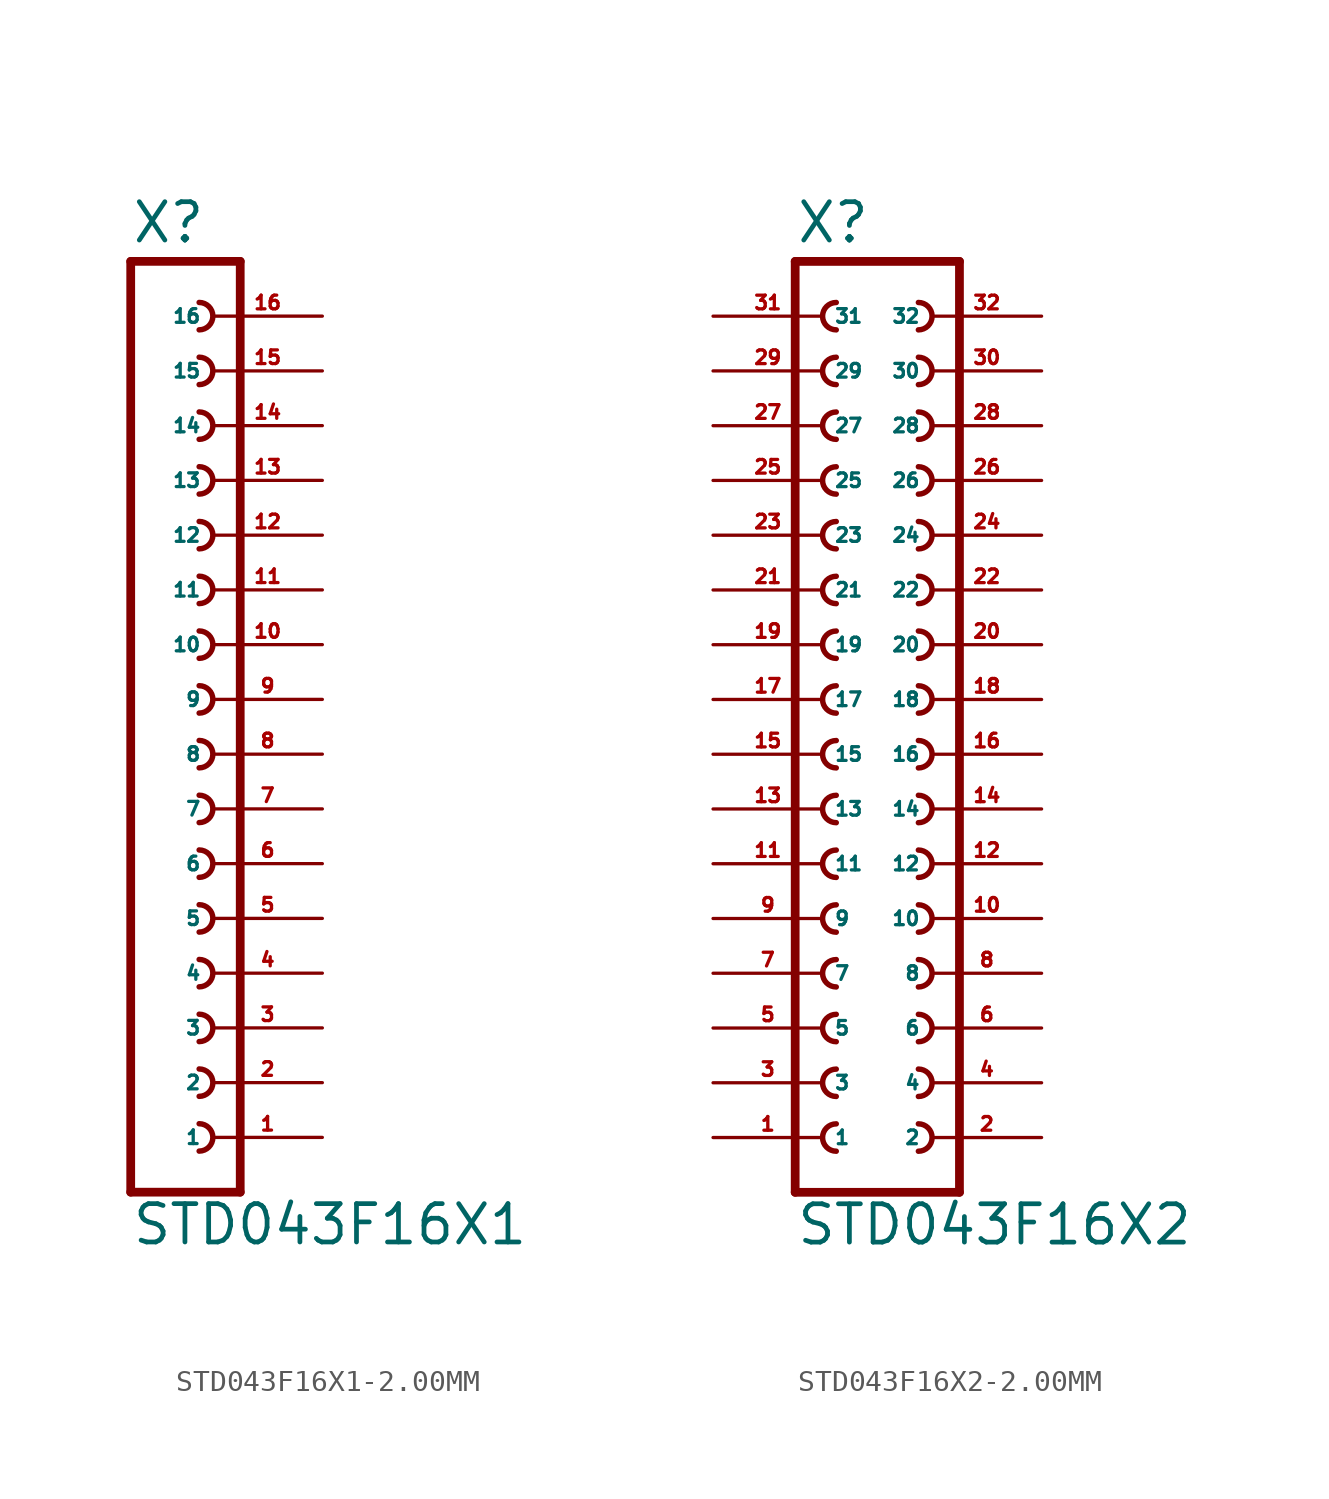
<source format=kicad_sym>
(kicad_symbol_lib
  (version 20220914)
  (generator Eagle2Kicad)
  (symbol "STD043F16X1-2.00MM"
    (property "Reference" "X"
      (at -1.27 21.082 0)
      (effects (font (size 1.778 1.778) (thickness 0.22)) (justify left bottom)))
    (property "Value" "STD043F16X1"
      (at -1.27 -25.4 0)
      (effects (font (size 1.778 1.778) (thickness 0.22)) (justify left bottom)))
    (polyline
      (pts (xy 3.81 -22.86) (xy -1.27 -22.86))
      (stroke (width 0.406) (type default))
      (fill (type none)))
    (arc
      (start 1.905 -20.955)
      (mid 2.540 -20.320)
      (end 1.905 -19.685)
      (stroke (width 0.254) (type default))
      (fill (type none)))
    (arc
      (start 1.905 -15.875)
      (mid 2.540 -15.240)
      (end 1.905 -14.605)
      (stroke (width 0.254) (type default))
      (fill (type none)))
    (arc
      (start 1.905 -18.415)
      (mid 2.540 -17.780)
      (end 1.905 -17.145)
      (stroke (width 0.254) (type default))
      (fill (type none)))
    (arc
      (start 1.905 -8.255)
      (mid 2.540 -7.620)
      (end 1.905 -6.985)
      (stroke (width 0.254) (type default))
      (fill (type none)))
    (arc
      (start 1.905 -10.795)
      (mid 2.540 -10.160)
      (end 1.905 -9.525)
      (stroke (width 0.254) (type default))
      (fill (type none)))
    (arc
      (start 1.905 -13.335)
      (mid 2.540 -12.700)
      (end 1.905 -12.065)
      (stroke (width 0.254) (type default))
      (fill (type none)))
    (arc
      (start 1.905 -3.175)
      (mid 2.540 -2.540)
      (end 1.905 -1.905)
      (stroke (width 0.254) (type default))
      (fill (type none)))
    (arc
      (start 1.905 -5.715)
      (mid 2.540 -5.080)
      (end 1.905 -4.445)
      (stroke (width 0.254) (type default))
      (fill (type none)))
    (arc
      (start 1.905 4.445)
      (mid 2.540 5.080)
      (end 1.905 5.715)
      (stroke (width 0.254) (type default))
      (fill (type none)))
    (arc
      (start 1.905 1.905)
      (mid 2.540 2.540)
      (end 1.905 3.175)
      (stroke (width 0.254) (type default))
      (fill (type none)))
    (arc
      (start 1.905 -0.635)
      (mid 2.540 0.000)
      (end 1.905 0.635)
      (stroke (width 0.254) (type default))
      (fill (type none)))
    (arc
      (start 1.905 9.525)
      (mid 2.540 10.160)
      (end 1.905 10.795)
      (stroke (width 0.254) (type default))
      (fill (type none)))
    (arc
      (start 1.905 6.985)
      (mid 2.540 7.620)
      (end 1.905 8.255)
      (stroke (width 0.254) (type default))
      (fill (type none)))
    (arc
      (start 1.905 17.145)
      (mid 2.540 17.780)
      (end 1.905 18.415)
      (stroke (width 0.254) (type default))
      (fill (type none)))
    (arc
      (start 1.905 14.605)
      (mid 2.540 15.240)
      (end 1.905 15.875)
      (stroke (width 0.254) (type default))
      (fill (type none)))
    (arc
      (start 1.905 12.065)
      (mid 2.540 12.700)
      (end 1.905 13.335)
      (stroke (width 0.254) (type default))
      (fill (type none)))
    (polyline
      (pts (xy -1.27 20.32) (xy -1.27 -22.86))
      (stroke (width 0.406) (type default))
      (fill (type none)))
    (polyline
      (pts (xy 3.81 -22.86) (xy 3.81 20.32))
      (stroke (width 0.406) (type default))
      (fill (type none)))
    (polyline
      (pts (xy -1.27 20.32) (xy 3.81 20.32))
      (stroke (width 0.406) (type default))
      (fill (type none)))
    (pin passive line
      (at 7.62 -20.32 180)
      (length 5.08)
      (name "1" (effects (font (size 0.635 0.635) (thickness 0.08)) (justify left bottom)))
      (number "1" (effects (font (size 0.635 0.635) (thickness 0.08)) (justify left bottom))))
    (pin passive line
      (at 7.62 -17.78 180)
      (length 5.08)
      (name "2" (effects (font (size 0.635 0.635) (thickness 0.08)) (justify left bottom)))
      (number "2" (effects (font (size 0.635 0.635) (thickness 0.08)) (justify left bottom))))
    (pin passive line
      (at 7.62 -15.24 180)
      (length 5.08)
      (name "3" (effects (font (size 0.635 0.635) (thickness 0.08)) (justify left bottom)))
      (number "3" (effects (font (size 0.635 0.635) (thickness 0.08)) (justify left bottom))))
    (pin passive line
      (at 7.62 -12.7 180)
      (length 5.08)
      (name "4" (effects (font (size 0.635 0.635) (thickness 0.08)) (justify left bottom)))
      (number "4" (effects (font (size 0.635 0.635) (thickness 0.08)) (justify left bottom))))
    (pin passive line
      (at 7.62 -10.16 180)
      (length 5.08)
      (name "5" (effects (font (size 0.635 0.635) (thickness 0.08)) (justify left bottom)))
      (number "5" (effects (font (size 0.635 0.635) (thickness 0.08)) (justify left bottom))))
    (pin passive line
      (at 7.62 -7.62 180)
      (length 5.08)
      (name "6" (effects (font (size 0.635 0.635) (thickness 0.08)) (justify left bottom)))
      (number "6" (effects (font (size 0.635 0.635) (thickness 0.08)) (justify left bottom))))
    (pin passive line
      (at 7.62 -5.08 180)
      (length 5.08)
      (name "7" (effects (font (size 0.635 0.635) (thickness 0.08)) (justify left bottom)))
      (number "7" (effects (font (size 0.635 0.635) (thickness 0.08)) (justify left bottom))))
    (pin passive line
      (at 7.62 -2.54 180)
      (length 5.08)
      (name "8" (effects (font (size 0.635 0.635) (thickness 0.08)) (justify left bottom)))
      (number "8" (effects (font (size 0.635 0.635) (thickness 0.08)) (justify left bottom))))
    (pin passive line
      (at 7.62 0 180)
      (length 5.08)
      (name "9" (effects (font (size 0.635 0.635) (thickness 0.08)) (justify left bottom)))
      (number "9" (effects (font (size 0.635 0.635) (thickness 0.08)) (justify left bottom))))
    (pin passive line
      (at 7.62 2.54 180)
      (length 5.08)
      (name "10" (effects (font (size 0.635 0.635) (thickness 0.08)) (justify left bottom)))
      (number "10" (effects (font (size 0.635 0.635) (thickness 0.08)) (justify left bottom))))
    (pin passive line
      (at 7.62 5.08 180)
      (length 5.08)
      (name "11" (effects (font (size 0.635 0.635) (thickness 0.08)) (justify left bottom)))
      (number "11" (effects (font (size 0.635 0.635) (thickness 0.08)) (justify left bottom))))
    (pin passive line
      (at 7.62 7.62 180)
      (length 5.08)
      (name "12" (effects (font (size 0.635 0.635) (thickness 0.08)) (justify left bottom)))
      (number "12" (effects (font (size 0.635 0.635) (thickness 0.08)) (justify left bottom))))
    (pin passive line
      (at 7.62 10.16 180)
      (length 5.08)
      (name "13" (effects (font (size 0.635 0.635) (thickness 0.08)) (justify left bottom)))
      (number "13" (effects (font (size 0.635 0.635) (thickness 0.08)) (justify left bottom))))
    (pin passive line
      (at 7.62 12.7 180)
      (length 5.08)
      (name "14" (effects (font (size 0.635 0.635) (thickness 0.08)) (justify left bottom)))
      (number "14" (effects (font (size 0.635 0.635) (thickness 0.08)) (justify left bottom))))
    (pin passive line
      (at 7.62 15.24 180)
      (length 5.08)
      (name "15" (effects (font (size 0.635 0.635) (thickness 0.08)) (justify left bottom)))
      (number "15" (effects (font (size 0.635 0.635) (thickness 0.08)) (justify left bottom))))
    (pin passive line
      (at 7.62 17.78 180)
      (length 5.08)
      (name "16" (effects (font (size 0.635 0.635) (thickness 0.08)) (justify left bottom)))
      (number "16" (effects (font (size 0.635 0.635) (thickness 0.08)) (justify left bottom)))))
  (symbol "STD043F16X2-2.00MM"
    (property "Reference" "X"
      (at -3.81 21.082 0)
      (effects (font (size 1.778 1.778) (thickness 0.22)) (justify left bottom)))
    (property "Value" "STD043F16X2"
      (at -3.81 -25.4 0)
      (effects (font (size 1.778 1.778) (thickness 0.22)) (justify left bottom)))
    (polyline
      (pts (xy 3.81 -22.86) (xy -3.81 -22.86))
      (stroke (width 0.406) (type default))
      (fill (type none)))
    (arc
      (start -1.905 -17.145)
      (mid -2.540 -17.780)
      (end -1.905 -18.415)
      (stroke (width 0.254) (type default))
      (fill (type none)))
    (arc
      (start -1.905 -19.685)
      (mid -2.540 -20.320)
      (end -1.905 -20.955)
      (stroke (width 0.254) (type default))
      (fill (type none)))
    (arc
      (start 1.905 -18.415)
      (mid 2.540 -17.780)
      (end 1.905 -17.145)
      (stroke (width 0.254) (type default))
      (fill (type none)))
    (arc
      (start 1.905 -20.955)
      (mid 2.540 -20.320)
      (end 1.905 -19.685)
      (stroke (width 0.254) (type default))
      (fill (type none)))
    (arc
      (start -1.905 -12.065)
      (mid -2.540 -12.700)
      (end -1.905 -13.335)
      (stroke (width 0.254) (type default))
      (fill (type none)))
    (arc
      (start -1.905 -14.605)
      (mid -2.540 -15.240)
      (end -1.905 -15.875)
      (stroke (width 0.254) (type default))
      (fill (type none)))
    (arc
      (start 1.905 -13.335)
      (mid 2.540 -12.700)
      (end 1.905 -12.065)
      (stroke (width 0.254) (type default))
      (fill (type none)))
    (arc
      (start 1.905 -15.875)
      (mid 2.540 -15.240)
      (end 1.905 -14.605)
      (stroke (width 0.254) (type default))
      (fill (type none)))
    (arc
      (start -1.905 -4.445)
      (mid -2.540 -5.080)
      (end -1.905 -5.715)
      (stroke (width 0.254) (type default))
      (fill (type none)))
    (arc
      (start -1.905 -6.985)
      (mid -2.540 -7.620)
      (end -1.905 -8.255)
      (stroke (width 0.254) (type default))
      (fill (type none)))
    (arc
      (start -1.905 -9.525)
      (mid -2.540 -10.160)
      (end -1.905 -10.795)
      (stroke (width 0.254) (type default))
      (fill (type none)))
    (arc
      (start 1.905 -5.715)
      (mid 2.540 -5.080)
      (end 1.905 -4.445)
      (stroke (width 0.254) (type default))
      (fill (type none)))
    (arc
      (start 1.905 -8.255)
      (mid 2.540 -7.620)
      (end 1.905 -6.985)
      (stroke (width 0.254) (type default))
      (fill (type none)))
    (arc
      (start 1.905 -10.795)
      (mid 2.540 -10.160)
      (end 1.905 -9.525)
      (stroke (width 0.254) (type default))
      (fill (type none)))
    (arc
      (start -1.905 0.635)
      (mid -2.540 0.000)
      (end -1.905 -0.635)
      (stroke (width 0.254) (type default))
      (fill (type none)))
    (arc
      (start -1.905 -1.905)
      (mid -2.540 -2.540)
      (end -1.905 -3.175)
      (stroke (width 0.254) (type default))
      (fill (type none)))
    (arc
      (start 1.905 -0.635)
      (mid 2.540 0.000)
      (end 1.905 0.635)
      (stroke (width 0.254) (type default))
      (fill (type none)))
    (arc
      (start 1.905 -3.175)
      (mid 2.540 -2.540)
      (end 1.905 -1.905)
      (stroke (width 0.254) (type default))
      (fill (type none)))
    (arc
      (start -1.905 8.255)
      (mid -2.540 7.620)
      (end -1.905 6.985)
      (stroke (width 0.254) (type default))
      (fill (type none)))
    (arc
      (start -1.905 5.715)
      (mid -2.540 5.080)
      (end -1.905 4.445)
      (stroke (width 0.254) (type default))
      (fill (type none)))
    (arc
      (start -1.905 3.175)
      (mid -2.540 2.540)
      (end -1.905 1.905)
      (stroke (width 0.254) (type default))
      (fill (type none)))
    (arc
      (start 1.905 6.985)
      (mid 2.540 7.620)
      (end 1.905 8.255)
      (stroke (width 0.254) (type default))
      (fill (type none)))
    (arc
      (start 1.905 4.445)
      (mid 2.540 5.080)
      (end 1.905 5.715)
      (stroke (width 0.254) (type default))
      (fill (type none)))
    (arc
      (start 1.905 1.905)
      (mid 2.540 2.540)
      (end 1.905 3.175)
      (stroke (width 0.254) (type default))
      (fill (type none)))
    (arc
      (start -1.905 13.335)
      (mid -2.540 12.700)
      (end -1.905 12.065)
      (stroke (width 0.254) (type default))
      (fill (type none)))
    (arc
      (start -1.905 10.795)
      (mid -2.540 10.160)
      (end -1.905 9.525)
      (stroke (width 0.254) (type default))
      (fill (type none)))
    (arc
      (start 1.905 12.065)
      (mid 2.540 12.700)
      (end 1.905 13.335)
      (stroke (width 0.254) (type default))
      (fill (type none)))
    (arc
      (start 1.905 9.525)
      (mid 2.540 10.160)
      (end 1.905 10.795)
      (stroke (width 0.254) (type default))
      (fill (type none)))
    (arc
      (start -1.905 18.415)
      (mid -2.540 17.780)
      (end -1.905 17.145)
      (stroke (width 0.254) (type default))
      (fill (type none)))
    (arc
      (start -1.905 15.875)
      (mid -2.540 15.240)
      (end -1.905 14.605)
      (stroke (width 0.254) (type default))
      (fill (type none)))
    (arc
      (start 1.905 17.145)
      (mid 2.540 17.780)
      (end 1.905 18.415)
      (stroke (width 0.254) (type default))
      (fill (type none)))
    (arc
      (start 1.905 14.605)
      (mid 2.540 15.240)
      (end 1.905 15.875)
      (stroke (width 0.254) (type default))
      (fill (type none)))
    (polyline
      (pts (xy -3.81 20.32) (xy -3.81 -22.86))
      (stroke (width 0.406) (type default))
      (fill (type none)))
    (polyline
      (pts (xy 3.81 -22.86) (xy 3.81 20.32))
      (stroke (width 0.406) (type default))
      (fill (type none)))
    (polyline
      (pts (xy -3.81 20.32) (xy 3.81 20.32))
      (stroke (width 0.406) (type default))
      (fill (type none)))
    (pin passive line
      (at -7.62 -20.32 0)
      (length 5.08)
      (name "1" (effects (font (size 0.635 0.635) (thickness 0.08)) (justify left bottom)))
      (number "1" (effects (font (size 0.635 0.635) (thickness 0.08)) (justify left bottom))))
    (pin passive line
      (at 7.62 -20.32 180)
      (length 5.08)
      (name "2" (effects (font (size 0.635 0.635) (thickness 0.08)) (justify left bottom)))
      (number "2" (effects (font (size 0.635 0.635) (thickness 0.08)) (justify left bottom))))
    (pin passive line
      (at -7.62 -17.78 0)
      (length 5.08)
      (name "3" (effects (font (size 0.635 0.635) (thickness 0.08)) (justify left bottom)))
      (number "3" (effects (font (size 0.635 0.635) (thickness 0.08)) (justify left bottom))))
    (pin passive line
      (at 7.62 -17.78 180)
      (length 5.08)
      (name "4" (effects (font (size 0.635 0.635) (thickness 0.08)) (justify left bottom)))
      (number "4" (effects (font (size 0.635 0.635) (thickness 0.08)) (justify left bottom))))
    (pin passive line
      (at -7.62 -15.24 0)
      (length 5.08)
      (name "5" (effects (font (size 0.635 0.635) (thickness 0.08)) (justify left bottom)))
      (number "5" (effects (font (size 0.635 0.635) (thickness 0.08)) (justify left bottom))))
    (pin passive line
      (at 7.62 -15.24 180)
      (length 5.08)
      (name "6" (effects (font (size 0.635 0.635) (thickness 0.08)) (justify left bottom)))
      (number "6" (effects (font (size 0.635 0.635) (thickness 0.08)) (justify left bottom))))
    (pin passive line
      (at -7.62 -12.7 0)
      (length 5.08)
      (name "7" (effects (font (size 0.635 0.635) (thickness 0.08)) (justify left bottom)))
      (number "7" (effects (font (size 0.635 0.635) (thickness 0.08)) (justify left bottom))))
    (pin passive line
      (at 7.62 -12.7 180)
      (length 5.08)
      (name "8" (effects (font (size 0.635 0.635) (thickness 0.08)) (justify left bottom)))
      (number "8" (effects (font (size 0.635 0.635) (thickness 0.08)) (justify left bottom))))
    (pin passive line
      (at -7.62 -10.16 0)
      (length 5.08)
      (name "9" (effects (font (size 0.635 0.635) (thickness 0.08)) (justify left bottom)))
      (number "9" (effects (font (size 0.635 0.635) (thickness 0.08)) (justify left bottom))))
    (pin passive line
      (at 7.62 -10.16 180)
      (length 5.08)
      (name "10" (effects (font (size 0.635 0.635) (thickness 0.08)) (justify left bottom)))
      (number "10" (effects (font (size 0.635 0.635) (thickness 0.08)) (justify left bottom))))
    (pin passive line
      (at -7.62 -7.62 0)
      (length 5.08)
      (name "11" (effects (font (size 0.635 0.635) (thickness 0.08)) (justify left bottom)))
      (number "11" (effects (font (size 0.635 0.635) (thickness 0.08)) (justify left bottom))))
    (pin passive line
      (at 7.62 -7.62 180)
      (length 5.08)
      (name "12" (effects (font (size 0.635 0.635) (thickness 0.08)) (justify left bottom)))
      (number "12" (effects (font (size 0.635 0.635) (thickness 0.08)) (justify left bottom))))
    (pin passive line
      (at -7.62 -5.08 0)
      (length 5.08)
      (name "13" (effects (font (size 0.635 0.635) (thickness 0.08)) (justify left bottom)))
      (number "13" (effects (font (size 0.635 0.635) (thickness 0.08)) (justify left bottom))))
    (pin passive line
      (at 7.62 -5.08 180)
      (length 5.08)
      (name "14" (effects (font (size 0.635 0.635) (thickness 0.08)) (justify left bottom)))
      (number "14" (effects (font (size 0.635 0.635) (thickness 0.08)) (justify left bottom))))
    (pin passive line
      (at -7.62 -2.54 0)
      (length 5.08)
      (name "15" (effects (font (size 0.635 0.635) (thickness 0.08)) (justify left bottom)))
      (number "15" (effects (font (size 0.635 0.635) (thickness 0.08)) (justify left bottom))))
    (pin passive line
      (at 7.62 -2.54 180)
      (length 5.08)
      (name "16" (effects (font (size 0.635 0.635) (thickness 0.08)) (justify left bottom)))
      (number "16" (effects (font (size 0.635 0.635) (thickness 0.08)) (justify left bottom))))
    (pin passive line
      (at -7.62 0 0)
      (length 5.08)
      (name "17" (effects (font (size 0.635 0.635) (thickness 0.08)) (justify left bottom)))
      (number "17" (effects (font (size 0.635 0.635) (thickness 0.08)) (justify left bottom))))
    (pin passive line
      (at 7.62 0 180)
      (length 5.08)
      (name "18" (effects (font (size 0.635 0.635) (thickness 0.08)) (justify left bottom)))
      (number "18" (effects (font (size 0.635 0.635) (thickness 0.08)) (justify left bottom))))
    (pin passive line
      (at -7.62 2.54 0)
      (length 5.08)
      (name "19" (effects (font (size 0.635 0.635) (thickness 0.08)) (justify left bottom)))
      (number "19" (effects (font (size 0.635 0.635) (thickness 0.08)) (justify left bottom))))
    (pin passive line
      (at 7.62 2.54 180)
      (length 5.08)
      (name "20" (effects (font (size 0.635 0.635) (thickness 0.08)) (justify left bottom)))
      (number "20" (effects (font (size 0.635 0.635) (thickness 0.08)) (justify left bottom))))
    (pin passive line
      (at -7.62 5.08 0)
      (length 5.08)
      (name "21" (effects (font (size 0.635 0.635) (thickness 0.08)) (justify left bottom)))
      (number "21" (effects (font (size 0.635 0.635) (thickness 0.08)) (justify left bottom))))
    (pin passive line
      (at 7.62 5.08 180)
      (length 5.08)
      (name "22" (effects (font (size 0.635 0.635) (thickness 0.08)) (justify left bottom)))
      (number "22" (effects (font (size 0.635 0.635) (thickness 0.08)) (justify left bottom))))
    (pin passive line
      (at -7.62 7.62 0)
      (length 5.08)
      (name "23" (effects (font (size 0.635 0.635) (thickness 0.08)) (justify left bottom)))
      (number "23" (effects (font (size 0.635 0.635) (thickness 0.08)) (justify left bottom))))
    (pin passive line
      (at 7.62 7.62 180)
      (length 5.08)
      (name "24" (effects (font (size 0.635 0.635) (thickness 0.08)) (justify left bottom)))
      (number "24" (effects (font (size 0.635 0.635) (thickness 0.08)) (justify left bottom))))
    (pin passive line
      (at -7.62 10.16 0)
      (length 5.08)
      (name "25" (effects (font (size 0.635 0.635) (thickness 0.08)) (justify left bottom)))
      (number "25" (effects (font (size 0.635 0.635) (thickness 0.08)) (justify left bottom))))
    (pin passive line
      (at 7.62 10.16 180)
      (length 5.08)
      (name "26" (effects (font (size 0.635 0.635) (thickness 0.08)) (justify left bottom)))
      (number "26" (effects (font (size 0.635 0.635) (thickness 0.08)) (justify left bottom))))
    (pin passive line
      (at -7.62 12.7 0)
      (length 5.08)
      (name "27" (effects (font (size 0.635 0.635) (thickness 0.08)) (justify left bottom)))
      (number "27" (effects (font (size 0.635 0.635) (thickness 0.08)) (justify left bottom))))
    (pin passive line
      (at 7.62 12.7 180)
      (length 5.08)
      (name "28" (effects (font (size 0.635 0.635) (thickness 0.08)) (justify left bottom)))
      (number "28" (effects (font (size 0.635 0.635) (thickness 0.08)) (justify left bottom))))
    (pin passive line
      (at -7.62 15.24 0)
      (length 5.08)
      (name "29" (effects (font (size 0.635 0.635) (thickness 0.08)) (justify left bottom)))
      (number "29" (effects (font (size 0.635 0.635) (thickness 0.08)) (justify left bottom))))
    (pin passive line
      (at 7.62 15.24 180)
      (length 5.08)
      (name "30" (effects (font (size 0.635 0.635) (thickness 0.08)) (justify left bottom)))
      (number "30" (effects (font (size 0.635 0.635) (thickness 0.08)) (justify left bottom))))
    (pin passive line
      (at -7.62 17.78 0)
      (length 5.08)
      (name "31" (effects (font (size 0.635 0.635) (thickness 0.08)) (justify left bottom)))
      (number "31" (effects (font (size 0.635 0.635) (thickness 0.08)) (justify left bottom))))
    (pin passive line
      (at 7.62 17.78 180)
      (length 5.08)
      (name "32" (effects (font (size 0.635 0.635) (thickness 0.08)) (justify left bottom)))
      (number "32" (effects (font (size 0.635 0.635) (thickness 0.08)) (justify left bottom))))))
</source>
